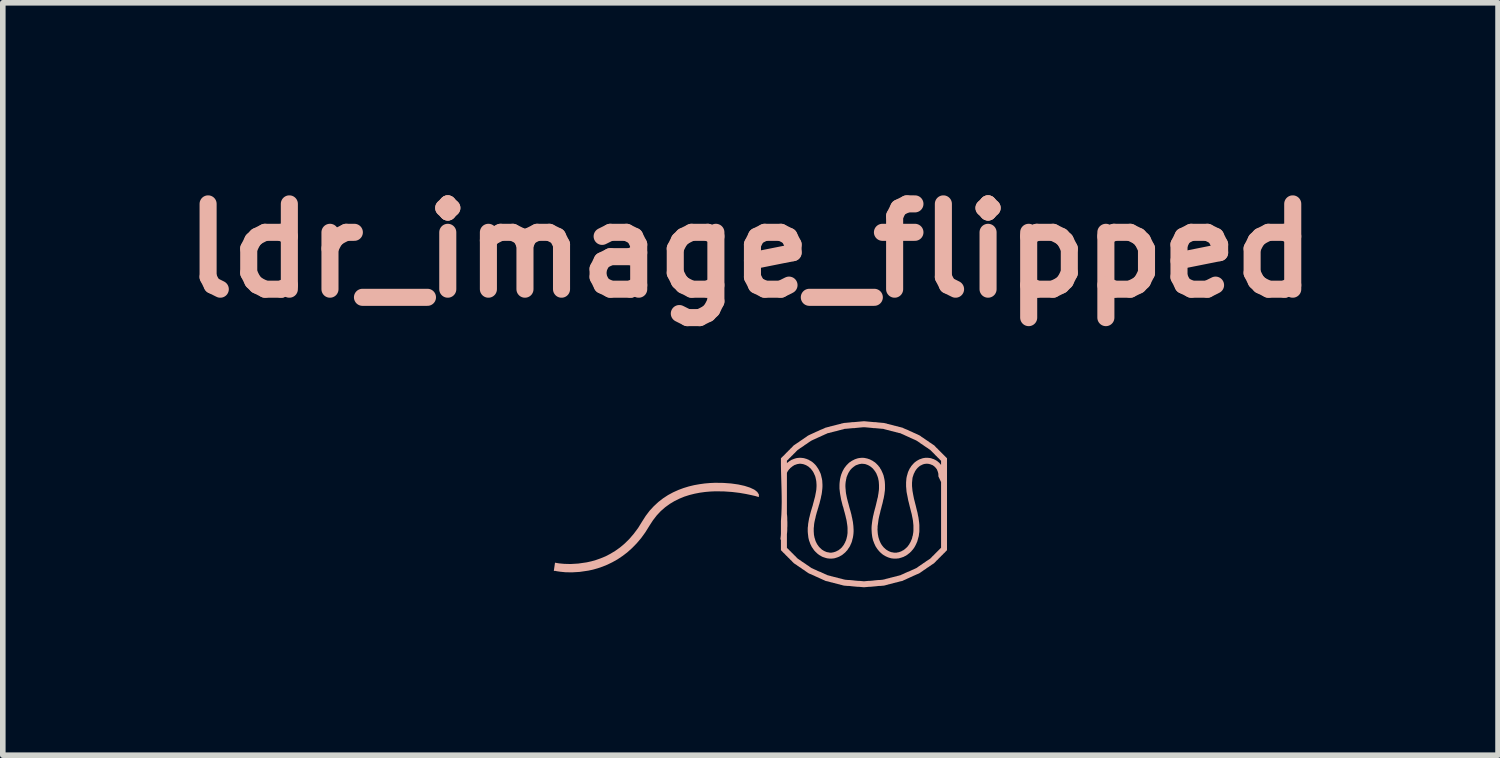
<source format=kicad_pcb>
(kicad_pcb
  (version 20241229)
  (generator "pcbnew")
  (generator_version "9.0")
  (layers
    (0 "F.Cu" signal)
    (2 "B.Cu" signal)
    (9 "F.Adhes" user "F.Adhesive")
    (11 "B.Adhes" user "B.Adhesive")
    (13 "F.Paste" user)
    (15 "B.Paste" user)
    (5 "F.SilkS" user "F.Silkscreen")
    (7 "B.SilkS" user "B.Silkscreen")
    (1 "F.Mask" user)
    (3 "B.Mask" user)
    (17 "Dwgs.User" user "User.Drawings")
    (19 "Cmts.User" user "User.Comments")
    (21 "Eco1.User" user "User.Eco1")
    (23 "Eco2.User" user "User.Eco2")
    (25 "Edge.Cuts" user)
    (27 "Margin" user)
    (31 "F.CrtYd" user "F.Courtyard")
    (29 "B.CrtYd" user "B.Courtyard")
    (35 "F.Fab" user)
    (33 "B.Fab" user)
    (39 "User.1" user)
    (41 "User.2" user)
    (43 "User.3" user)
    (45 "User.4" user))
  (footprint "ldr_image_flipped"
    (layer "F.Cu")
    (at 10.356 5.958)
    (property "Reference" "ldr_image_flipped" (at 0 -4.531 0) (layer "B.SilkS") (effects (font (size 1.524 1.524) (thickness 0.305))))
    (attr smd)
    (fp_poly (pts (xy -0.631 -0.383) (xy -0.722 -0.379) (xy -0.816 -0.371) (xy -0.91 -0.358) (xy -1.006 -0.341) (xy -1.101 -0.318) (xy -1.196 -0.289) (xy -1.29 -0.254) (xy -1.382 -0.212) (xy -1.473 -0.163) (xy -1.56 -0.106) (xy -1.644 -0.041) (xy -1.724 0.033) (xy -1.8 0.115) (xy -1.87 0.207) (xy -1.935 0.309) (xy -2.007 0.425) (xy -2.084 0.528) (xy -2.163 0.62) (xy -2.245 0.701) (xy -2.329 0.772) (xy -2.415 0.833) (xy -2.501 0.885) (xy -2.587 0.93) (xy -2.674 0.966) (xy -2.759 0.996) (xy -2.843 1.02) (xy -2.924 1.038) (xy -3.077 1.06) (xy -3.213 1.068) (xy -3.326 1.065) (xy -3.414 1.057) (xy -3.47 1.048) (xy -3.491 1.044) (xy -3.512 1.19) (xy -3.512 1.192) (xy -3.489 1.19) (xy -3.457 1.197) (xy -3.395 1.206) (xy -3.304 1.215) (xy -3.189 1.217) (xy -3.052 1.209) (xy -2.895 1.186) (xy -2.812 1.168) (xy -2.727 1.144) (xy -2.64 1.114) (xy -2.552 1.078) (xy -2.464 1.035) (xy -2.375 0.985) (xy -2.287 0.926) (xy -2.2 0.86) (xy -2.115 0.784) (xy -2.032 0.699) (xy -1.952 0.605) (xy -1.876 0.5) (xy -1.804 0.384) (xy -1.741 0.287) (xy -1.674 0.2) (xy -1.601 0.122) (xy -1.523 0.054) (xy -1.442 -0.005) (xy -1.357 -0.056) (xy -1.27 -0.099) (xy -1.18 -0.136) (xy -1.089 -0.165) (xy -0.997 -0.188) (xy -0.904 -0.206) (xy -0.81 -0.219) (xy -0.718 -0.227) (xy -0.627 -0.231) (xy -0.472 -0.229) (xy -0.327 -0.219) (xy -0.195 -0.203) (xy -0.079 -0.183) (xy 0.016 -0.163) (xy 0.089 -0.146) (xy 0.134 -0.133) (xy 0.151 -0.129) (xy 0.151 -0.175) (xy 0.122 -0.22) (xy 0.069 -0.261) (xy -0.008 -0.297) (xy -0.104 -0.328) (xy -0.217 -0.353) (xy -0.345 -0.371) (xy -0.483 -0.381) (xy -0.631 -0.383)) (stroke (width 0) (type solid)) (fill yes) (layer "B.SilkS"))
    (fp_poly (pts (xy 2.029 -1.483) (xy 2.012 -1.375) (xy 2.029 -1.375) (xy 2.045 -1.375) (xy 2.068 -1.373) (xy 2.089 -1.371) (xy 2.112 -1.369) (xy 2.133 -1.367) (xy 2.154 -1.365) (xy 2.177 -1.363) (xy 2.197 -1.36) (xy 2.22 -1.36) (xy 2.241 -1.358) (xy 2.262 -1.356) (xy 2.285 -1.354) (xy 2.306 -1.352) (xy 2.329 -1.35) (xy 2.349 -1.348) (xy 2.366 -1.348) (xy 2.383 -1.344) (xy 2.404 -1.337) (xy 2.422 -1.333) (xy 2.443 -1.327) (xy 2.464 -1.323) (xy 2.485 -1.317) (xy 2.504 -1.312) (xy 2.524 -1.306) (xy 2.545 -1.302) (xy 2.564 -1.296) (xy 2.585 -1.292) (xy 2.606 -1.285) (xy 2.627 -1.281) (xy 2.645 -1.275) (xy 2.666 -1.271) (xy 2.683 -1.267) (xy 2.695 -1.26) (xy 2.714 -1.252) (xy 2.733 -1.244) (xy 2.752 -1.235) (xy 2.768 -1.227) (xy 2.787 -1.219) (xy 2.806 -1.21) (xy 2.824 -1.202) (xy 2.843 -1.194) (xy 2.86 -1.185) (xy 2.879 -1.177) (xy 2.897 -1.169) (xy 2.916 -1.16) (xy 2.935 -1.152) (xy 2.952 -1.144) (xy 2.966 -1.137) (xy 2.979 -1.129) (xy 2.995 -1.119) (xy 3.01 -1.108) (xy 3.027 -1.098) (xy 3.041 -1.085) (xy 3.058 -1.075) (xy 3.074 -1.065) (xy 3.089 -1.054) (xy 3.106 -1.042) (xy 3.122 -1.031) (xy 3.137 -1.021) (xy 3.154 -1.01) (xy 3.17 -1) (xy 3.185 -0.988) (xy 3.202 -0.977) (xy 3.214 -0.969) (xy 3.222 -0.96) (xy 3.237 -0.946) (xy 3.249 -0.933) (xy 3.262 -0.921) (xy 3.277 -0.906) (xy 3.289 -0.894) (xy 3.302 -0.879) (xy 3.314 -0.867) (xy 3.329 -0.854) (xy 3.341 -0.84) (xy 3.354 -0.827) (xy 3.368 -0.815) (xy 3.381 -0.8) (xy 3.393 -0.787) (xy 3.406 -0.777) (xy 3.406 -0.702) (xy 3.397 -0.713) (xy 3.385 -0.727) (xy 3.374 -0.74) (xy 3.362 -0.75) (xy 3.347 -0.762) (xy 3.335 -0.773) (xy 3.32 -0.781) (xy 3.306 -0.79) (xy 3.289 -0.798) (xy 3.274 -0.806) (xy 3.258 -0.81) (xy 3.241 -0.817) (xy 3.227 -0.821) (xy 3.21 -0.825) (xy 3.191 -0.827) (xy 3.174 -0.829) (xy 3.158 -0.829) (xy 3.141 -0.829) (xy 3.122 -0.829) (xy 3.11 -0.827) (xy 3.097 -0.825) (xy 3.083 -0.823) (xy 3.07 -0.819) (xy 3.058 -0.815) (xy 3.045 -0.81) (xy 3.033 -0.806) (xy 3.02 -0.802) (xy 3.01 -0.796) (xy 2.997 -0.79) (xy 2.987 -0.783) (xy 2.974 -0.777) (xy 2.964 -0.769) (xy 2.954 -0.762) (xy 2.943 -0.754) (xy 2.933 -0.746) (xy 2.924 -0.738) (xy 2.914 -0.727) (xy 2.906 -0.719) (xy 2.897 -0.708) (xy 2.889 -0.7) (xy 2.881 -0.69) (xy 2.872 -0.679) (xy 2.866 -0.669) (xy 2.86 -0.658) (xy 2.852 -0.648) (xy 2.845 -0.637) (xy 2.839 -0.625) (xy 2.835 -0.615) (xy 2.829 -0.604) (xy 2.824 -0.592) (xy 2.818 -0.581) (xy 2.81 -0.556) (xy 2.804 -0.533) (xy 2.797 -0.51) (xy 2.791 -0.485) (xy 2.787 -0.463) (xy 2.785 -0.44) (xy 2.783 -0.415) (xy 2.781 -0.392) (xy 2.781 -0.367) (xy 2.781 -0.344) (xy 2.781 -0.319) (xy 2.783 -0.296) (xy 2.785 -0.273) (xy 2.787 -0.248) (xy 2.789 -0.225) (xy 2.793 -0.202) (xy 2.802 -0.158) (xy 2.81 -0.117) (xy 2.818 -0.073) (xy 2.829 -0.031) (xy 2.839 0.01) (xy 2.849 0.052) (xy 2.86 0.094) (xy 2.87 0.135) (xy 2.881 0.175) (xy 2.889 0.217) (xy 2.897 0.256) (xy 2.904 0.296) (xy 2.908 0.338) (xy 2.912 0.377) (xy 2.912 0.417) (xy 2.912 0.456) (xy 2.912 0.475) (xy 2.91 0.496) (xy 2.908 0.515) (xy 2.904 0.533) (xy 2.902 0.554) (xy 2.895 0.573) (xy 2.891 0.592) (xy 2.887 0.61) (xy 2.881 0.627) (xy 2.872 0.646) (xy 2.866 0.662) (xy 2.858 0.679) (xy 2.847 0.696) (xy 2.839 0.713) (xy 2.829 0.727) (xy 2.816 0.744) (xy 2.812 0.75) (xy 2.806 0.758) (xy 2.799 0.765) (xy 2.793 0.771) (xy 2.787 0.777) (xy 2.779 0.783) (xy 2.772 0.79) (xy 2.766 0.796) (xy 2.758 0.802) (xy 2.752 0.808) (xy 2.743 0.812) (xy 2.737 0.819) (xy 2.729 0.823) (xy 2.72 0.827) (xy 2.712 0.831) (xy 2.706 0.835) (xy 2.697 0.84) (xy 2.689 0.844) (xy 2.681 0.846) (xy 2.672 0.85) (xy 2.664 0.852) (xy 2.656 0.856) (xy 2.645 0.858) (xy 2.637 0.86) (xy 2.629 0.86) (xy 2.62 0.863) (xy 2.612 0.865) (xy 2.602 0.865) (xy 2.593 0.865) (xy 2.585 0.865) (xy 2.577 0.865) (xy 2.568 0.865) (xy 2.554 0.863) (xy 2.541 0.86) (xy 2.529 0.858) (xy 2.516 0.856) (xy 2.504 0.852) (xy 2.491 0.846) (xy 2.479 0.842) (xy 2.466 0.835) (xy 2.454 0.829) (xy 2.443 0.821) (xy 2.431 0.815) (xy 2.42 0.806) (xy 2.41 0.798) (xy 2.399 0.787) (xy 2.389 0.779) (xy 2.379 0.769) (xy 2.37 0.758) (xy 2.362 0.748) (xy 2.354 0.738) (xy 2.345 0.725) (xy 2.337 0.713) (xy 2.331 0.702) (xy 2.324 0.69) (xy 2.318 0.675) (xy 2.312 0.662) (xy 2.306 0.65) (xy 2.302 0.635) (xy 2.297 0.623) (xy 2.293 0.608) (xy 2.289 0.596) (xy 2.285 0.581) (xy 2.283 0.567) (xy 2.277 0.537) (xy 2.274 0.508) (xy 2.272 0.479) (xy 2.27 0.45) (xy 2.272 0.421) (xy 2.272 0.392) (xy 2.277 0.36) (xy 2.281 0.331) (xy 2.285 0.3) (xy 2.289 0.269) (xy 2.295 0.24) (xy 2.302 0.208) (xy 2.31 0.177) (xy 2.318 0.146) (xy 2.324 0.115) (xy 2.333 0.085) (xy 2.341 0.054) (xy 2.349 0.021) (xy 2.358 -0.01) (xy 2.366 -0.044) (xy 2.372 -0.075) (xy 2.381 -0.108) (xy 2.387 -0.142) (xy 2.393 -0.175) (xy 2.397 -0.208) (xy 2.402 -0.244) (xy 2.404 -0.277) (xy 2.404 -0.31) (xy 2.404 -0.346) (xy 2.402 -0.381) (xy 2.399 -0.415) (xy 2.393 -0.45) (xy 2.389 -0.467) (xy 2.385 -0.485) (xy 2.381 -0.502) (xy 2.377 -0.519) (xy 2.37 -0.535) (xy 2.364 -0.552) (xy 2.356 -0.569) (xy 2.349 -0.585) (xy 2.341 -0.602) (xy 2.333 -0.619) (xy 2.322 -0.633) (xy 2.314 -0.65) (xy 2.304 -0.665) (xy 2.291 -0.679) (xy 2.281 -0.694) (xy 2.268 -0.706) (xy 2.254 -0.721) (xy 2.241 -0.733) (xy 2.227 -0.746) (xy 2.212 -0.756) (xy 2.195 -0.767) (xy 2.181 -0.777) (xy 2.164 -0.785) (xy 2.147 -0.794) (xy 2.131 -0.802) (xy 2.112 -0.808) (xy 2.093 -0.815) (xy 2.077 -0.819) (xy 2.058 -0.823) (xy 2.039 -0.827) (xy 2.018 -0.829) (xy 1.999 -0.829) (xy 1.981 -0.829) (xy 1.962 -0.827) (xy 1.941 -0.825) (xy 1.922 -0.821) (xy 1.906 -0.817) (xy 1.887 -0.81) (xy 1.868 -0.804) (xy 1.852 -0.796) (xy 1.835 -0.787) (xy 1.818 -0.779) (xy 1.802 -0.769) (xy 1.787 -0.758) (xy 1.77 -0.748) (xy 1.756 -0.735) (xy 1.743 -0.723) (xy 1.729 -0.708) (xy 1.716 -0.696) (xy 1.706 -0.681) (xy 1.693 -0.667) (xy 1.683 -0.652) (xy 1.672 -0.637) (xy 1.664 -0.621) (xy 1.654 -0.604) (xy 1.647 -0.59) (xy 1.639 -0.573) (xy 1.633 -0.556) (xy 1.624 -0.537) (xy 1.62 -0.521) (xy 1.614 -0.504) (xy 1.61 -0.487) (xy 1.606 -0.469) (xy 1.602 -0.452) (xy 1.597 -0.417) (xy 1.593 -0.381) (xy 1.591 -0.346) (xy 1.591 -0.312) (xy 1.591 -0.277) (xy 1.595 -0.244) (xy 1.599 -0.208) (xy 1.604 -0.175) (xy 1.61 -0.142) (xy 1.616 -0.108) (xy 1.622 -0.075) (xy 1.631 -0.042) (xy 1.639 -0.01) (xy 1.647 0.023) (xy 1.658 0.054) (xy 1.666 0.085) (xy 1.674 0.117) (xy 1.683 0.148) (xy 1.691 0.179) (xy 1.699 0.21) (xy 1.706 0.242) (xy 1.714 0.273) (xy 1.72 0.304) (xy 1.724 0.333) (xy 1.729 0.365) (xy 1.733 0.396) (xy 1.735 0.425) (xy 1.735 0.454) (xy 1.735 0.485) (xy 1.735 0.515) (xy 1.731 0.544) (xy 1.727 0.573) (xy 1.722 0.588) (xy 1.72 0.602) (xy 1.716 0.615) (xy 1.712 0.629) (xy 1.708 0.644) (xy 1.702 0.656) (xy 1.695 0.671) (xy 1.691 0.683) (xy 1.683 0.696) (xy 1.677 0.708) (xy 1.67 0.721) (xy 1.662 0.733) (xy 1.654 0.744) (xy 1.645 0.754) (xy 1.637 0.767) (xy 1.627 0.777) (xy 1.616 0.785) (xy 1.608 0.796) (xy 1.595 0.804) (xy 1.585 0.812) (xy 1.574 0.821) (xy 1.562 0.827) (xy 1.549 0.833) (xy 1.537 0.84) (xy 1.524 0.846) (xy 1.512 0.85) (xy 1.499 0.854) (xy 1.487 0.858) (xy 1.474 0.86) (xy 1.46 0.863) (xy 1.447 0.865) (xy 1.435 0.865) (xy 1.422 0.865) (xy 1.408 0.863) (xy 1.395 0.86) (xy 1.383 0.858) (xy 1.368 0.856) (xy 1.356 0.852) (xy 1.343 0.846) (xy 1.331 0.842) (xy 1.318 0.835) (xy 1.306 0.829) (xy 1.295 0.821) (xy 1.283 0.815) (xy 1.272 0.806) (xy 1.262 0.796) (xy 1.252 0.787) (xy 1.241 0.777) (xy 1.231 0.767) (xy 1.222 0.756) (xy 1.214 0.746) (xy 1.206 0.733) (xy 1.197 0.723) (xy 1.191 0.71) (xy 1.183 0.698) (xy 1.177 0.685) (xy 1.17 0.671) (xy 1.164 0.658) (xy 1.16 0.646) (xy 1.156 0.631) (xy 1.152 0.617) (xy 1.147 0.602) (xy 1.143 0.588) (xy 1.141 0.575) (xy 1.135 0.546) (xy 1.133 0.515) (xy 1.131 0.485) (xy 1.131 0.456) (xy 1.131 0.427) (xy 1.135 0.396) (xy 1.137 0.365) (xy 1.141 0.335) (xy 1.147 0.304) (xy 1.154 0.273) (xy 1.162 0.242) (xy 1.168 0.21) (xy 1.177 0.179) (xy 1.185 0.148) (xy 1.195 0.117) (xy 1.204 0.085) (xy 1.214 0.054) (xy 1.222 0.023) (xy 1.233 -0.01) (xy 1.241 -0.044) (xy 1.249 -0.075) (xy 1.258 -0.11) (xy 1.264 -0.144) (xy 1.272 -0.177) (xy 1.277 -0.21) (xy 1.281 -0.246) (xy 1.285 -0.281) (xy 1.287 -0.315) (xy 1.287 -0.35) (xy 1.285 -0.385) (xy 1.283 -0.421) (xy 1.277 -0.456) (xy 1.272 -0.475) (xy 1.268 -0.492) (xy 1.264 -0.51) (xy 1.26 -0.527) (xy 1.254 -0.546) (xy 1.247 -0.562) (xy 1.239 -0.579) (xy 1.231 -0.596) (xy 1.222 -0.613) (xy 1.214 -0.629) (xy 1.204 -0.644) (xy 1.193 -0.66) (xy 1.183 -0.675) (xy 1.172 -0.69) (xy 1.16 -0.704) (xy 1.145 -0.719) (xy 1.133 -0.731) (xy 1.118 -0.744) (xy 1.104 -0.756) (xy 1.087 -0.767) (xy 1.07 -0.777) (xy 1.054 -0.785) (xy 1.037 -0.796) (xy 1.02 -0.802) (xy 1.002 -0.81) (xy 0.983 -0.815) (xy 0.964 -0.821) (xy 0.945 -0.825) (xy 0.927 -0.827) (xy 0.906 -0.829) (xy 0.887 -0.829) (xy 0.866 -0.829) (xy 0.847 -0.827) (xy 0.829 -0.825) (xy 0.812 -0.821) (xy 0.793 -0.815) (xy 0.777 -0.81) (xy 0.758 -0.802) (xy 0.741 -0.796) (xy 0.724 -0.787) (xy 0.71 -0.777) (xy 0.693 -0.767) (xy 0.679 -0.756) (xy 0.664 -0.746) (xy 0.652 -0.733) (xy 0.652 -0.777) (xy 0.662 -0.787) (xy 0.677 -0.8) (xy 0.689 -0.815) (xy 0.702 -0.827) (xy 0.716 -0.84) (xy 0.729 -0.854) (xy 0.741 -0.867) (xy 0.756 -0.879) (xy 0.768 -0.894) (xy 0.781 -0.906) (xy 0.795 -0.919) (xy 0.808 -0.933) (xy 0.82 -0.946) (xy 0.835 -0.96) (xy 0.843 -0.969) (xy 0.856 -0.977) (xy 0.872 -0.988) (xy 0.887 -1) (xy 0.904 -1.01) (xy 0.92 -1.021) (xy 0.935 -1.031) (xy 0.952 -1.042) (xy 0.966 -1.054) (xy 0.983 -1.065) (xy 0.999 -1.075) (xy 1.014 -1.085) (xy 1.031 -1.098) (xy 1.047 -1.108) (xy 1.062 -1.119) (xy 1.079 -1.129) (xy 1.091 -1.137) (xy 1.106 -1.144) (xy 1.122 -1.152) (xy 1.141 -1.16) (xy 1.16 -1.169) (xy 1.179 -1.177) (xy 1.195 -1.185) (xy 1.214 -1.194) (xy 1.233 -1.202) (xy 1.252 -1.21) (xy 1.27 -1.219) (xy 1.287 -1.227) (xy 1.306 -1.235) (xy 1.324 -1.244) (xy 1.343 -1.252) (xy 1.362 -1.26) (xy 1.374 -1.267) (xy 1.391 -1.271) (xy 1.412 -1.275) (xy 1.431 -1.281) (xy 1.452 -1.285) (xy 1.472 -1.292) (xy 1.491 -1.296) (xy 1.512 -1.302) (xy 1.533 -1.306) (xy 1.554 -1.312) (xy 1.572 -1.317) (xy 1.593 -1.323) (xy 1.614 -1.327) (xy 1.633 -1.333) (xy 1.654 -1.337) (xy 1.674 -1.344) (xy 1.689 -1.348) (xy 1.708 -1.348) (xy 1.729 -1.35) (xy 1.752 -1.352) (xy 1.772 -1.354) (xy 1.793 -1.356) (xy 1.816 -1.358) (xy 1.837 -1.36) (xy 1.86 -1.36) (xy 1.881 -1.363) (xy 1.904 -1.365) (xy 1.924 -1.367) (xy 1.945 -1.369) (xy 1.968 -1.371) (xy 1.989 -1.373) (xy 2.012 -1.375) (xy 2.029 -1.483) (xy 2.002 -1.481) (xy 1.981 -1.479) (xy 1.96 -1.477) (xy 1.937 -1.475) (xy 1.916 -1.473) (xy 1.893 -1.471) (xy 1.872 -1.469) (xy 1.849 -1.467) (xy 1.829 -1.467) (xy 1.808 -1.465) (xy 1.785 -1.462) (xy 1.764 -1.46) (xy 1.741 -1.458) (xy 1.72 -1.456) (xy 1.697 -1.454) (xy 1.672 -1.452) (xy 1.647 -1.446) (xy 1.627 -1.442) (xy 1.608 -1.435) (xy 1.587 -1.431) (xy 1.566 -1.425) (xy 1.547 -1.421) (xy 1.527 -1.415) (xy 1.506 -1.41) (xy 1.485 -1.404) (xy 1.466 -1.4) (xy 1.445 -1.394) (xy 1.424 -1.39) (xy 1.406 -1.383) (xy 1.385 -1.379) (xy 1.364 -1.373) (xy 1.339 -1.367) (xy 1.318 -1.356) (xy 1.299 -1.348) (xy 1.281 -1.34) (xy 1.262 -1.333) (xy 1.243 -1.325) (xy 1.227 -1.317) (xy 1.208 -1.308) (xy 1.189 -1.3) (xy 1.17 -1.292) (xy 1.152 -1.283) (xy 1.135 -1.275) (xy 1.116 -1.267) (xy 1.097 -1.258) (xy 1.079 -1.25) (xy 1.062 -1.242) (xy 1.039 -1.231) (xy 1.018 -1.219) (xy 1.002 -1.206) (xy 0.987 -1.196) (xy 0.97 -1.185) (xy 0.956 -1.175) (xy 0.939 -1.163) (xy 0.922 -1.152) (xy 0.908 -1.142) (xy 0.891 -1.131) (xy 0.874 -1.119) (xy 0.86 -1.108) (xy 0.843 -1.098) (xy 0.827 -1.087) (xy 0.812 -1.077) (xy 0.795 -1.065) (xy 0.774 -1.052) (xy 0.758 -1.035) (xy 0.745 -1.021) (xy 0.733 -1.008) (xy 0.718 -0.996) (xy 0.706 -0.981) (xy 0.693 -0.969) (xy 0.679 -0.956) (xy 0.666 -0.942) (xy 0.654 -0.929) (xy 0.639 -0.917) (xy 0.652 0.777) (xy 0.652 0.7) (xy 0.652 0.6) (xy 0.652 0.533) (xy 0.656 0.498) (xy 0.658 0.463) (xy 0.658 0.425) (xy 0.66 0.39) (xy 0.66 0.354) (xy 0.66 0.317) (xy 0.658 0.281) (xy 0.658 0.244) (xy 0.656 0.208) (xy 0.652 0.173) (xy 0.652 0.1) (xy 0.652 0) (xy 0.652 -0.1) (xy 0.652 -0.2) (xy 0.652 -0.3) (xy 0.652 -0.4) (xy 0.652 -0.5) (xy 0.652 -0.56) (xy 0.656 -0.569) (xy 0.662 -0.581) (xy 0.67 -0.594) (xy 0.677 -0.604) (xy 0.685 -0.615) (xy 0.693 -0.625) (xy 0.704 -0.635) (xy 0.712 -0.646) (xy 0.722 -0.654) (xy 0.733 -0.662) (xy 0.743 -0.671) (xy 0.754 -0.679) (xy 0.764 -0.685) (xy 0.777 -0.694) (xy 0.787 -0.7) (xy 0.799 -0.704) (xy 0.812 -0.708) (xy 0.824 -0.713) (xy 0.837 -0.717) (xy 0.849 -0.719) (xy 0.862 -0.721) (xy 0.874 -0.723) (xy 0.887 -0.723) (xy 0.899 -0.723) (xy 0.914 -0.721) (xy 0.927 -0.719) (xy 0.939 -0.717) (xy 0.954 -0.713) (xy 0.966 -0.708) (xy 0.979 -0.704) (xy 0.991 -0.698) (xy 1.004 -0.692) (xy 1.016 -0.685) (xy 1.027 -0.677) (xy 1.039 -0.671) (xy 1.049 -0.66) (xy 1.06 -0.652) (xy 1.07 -0.642) (xy 1.081 -0.633) (xy 1.089 -0.621) (xy 1.097 -0.61) (xy 1.106 -0.6) (xy 1.114 -0.588) (xy 1.122 -0.575) (xy 1.129 -0.562) (xy 1.135 -0.55) (xy 1.141 -0.535) (xy 1.147 -0.523) (xy 1.154 -0.508) (xy 1.158 -0.496) (xy 1.162 -0.481) (xy 1.166 -0.467) (xy 1.168 -0.452) (xy 1.172 -0.438) (xy 1.177 -0.408) (xy 1.179 -0.379) (xy 1.181 -0.348) (xy 1.181 -0.319) (xy 1.179 -0.287) (xy 1.177 -0.258) (xy 1.172 -0.227) (xy 1.166 -0.196) (xy 1.16 -0.165) (xy 1.154 -0.133) (xy 1.145 -0.102) (xy 1.137 -0.071) (xy 1.129 -0.04) (xy 1.12 -0.008) (xy 1.112 0.025) (xy 1.102 0.056) (xy 1.093 0.087) (xy 1.083 0.119) (xy 1.074 0.152) (xy 1.066 0.183) (xy 1.058 0.217) (xy 1.049 0.25) (xy 1.043 0.283) (xy 1.037 0.317) (xy 1.031 0.352) (xy 1.029 0.385) (xy 1.024 0.421) (xy 1.024 0.454) (xy 1.024 0.49) (xy 1.027 0.525) (xy 1.031 0.558) (xy 1.035 0.594) (xy 1.039 0.613) (xy 1.043 0.629) (xy 1.047 0.646) (xy 1.054 0.665) (xy 1.06 0.681) (xy 1.066 0.698) (xy 1.072 0.715) (xy 1.081 0.731) (xy 1.089 0.748) (xy 1.097 0.765) (xy 1.108 0.779) (xy 1.118 0.794) (xy 1.129 0.81) (xy 1.139 0.825) (xy 1.152 0.838) (xy 1.164 0.852) (xy 1.179 0.865) (xy 1.191 0.877) (xy 1.206 0.89) (xy 1.22 0.9) (xy 1.237 0.912) (xy 1.254 0.921) (xy 1.27 0.931) (xy 1.287 0.94) (xy 1.304 0.946) (xy 1.322 0.952) (xy 1.341 0.958) (xy 1.358 0.963) (xy 1.377 0.967) (xy 1.397 0.969) (xy 1.416 0.971) (xy 1.435 0.971) (xy 1.454 0.971) (xy 1.474 0.969) (xy 1.493 0.967) (xy 1.512 0.963) (xy 1.531 0.956) (xy 1.547 0.952) (xy 1.566 0.944) (xy 1.583 0.938) (xy 1.599 0.929) (xy 1.616 0.919) (xy 1.633 0.91) (xy 1.647 0.9) (xy 1.662 0.887) (xy 1.677 0.875) (xy 1.691 0.863) (xy 1.704 0.85) (xy 1.716 0.835) (xy 1.729 0.823) (xy 1.739 0.808) (xy 1.749 0.792) (xy 1.76 0.777) (xy 1.77 0.762) (xy 1.779 0.746) (xy 1.787 0.729) (xy 1.793 0.713) (xy 1.802 0.696) (xy 1.808 0.679) (xy 1.814 0.662) (xy 1.818 0.646) (xy 1.822 0.627) (xy 1.827 0.61) (xy 1.831 0.594) (xy 1.837 0.558) (xy 1.841 0.523) (xy 1.843 0.487) (xy 1.843 0.454) (xy 1.841 0.419) (xy 1.839 0.385) (xy 1.835 0.352) (xy 1.831 0.317) (xy 1.824 0.283) (xy 1.818 0.25) (xy 1.81 0.217) (xy 1.804 0.185) (xy 1.795 0.152) (xy 1.787 0.121) (xy 1.777 0.087) (xy 1.768 0.056) (xy 1.76 0.025) (xy 1.752 -0.006) (xy 1.743 -0.037) (xy 1.735 -0.069) (xy 1.727 -0.1) (xy 1.72 -0.131) (xy 1.714 -0.163) (xy 1.708 -0.192) (xy 1.704 -0.223) (xy 1.702 -0.254) (xy 1.699 -0.283) (xy 1.697 -0.315) (xy 1.697 -0.344) (xy 1.699 -0.373) (xy 1.702 -0.402) (xy 1.708 -0.431) (xy 1.71 -0.446) (xy 1.714 -0.46) (xy 1.716 -0.475) (xy 1.72 -0.49) (xy 1.727 -0.502) (xy 1.731 -0.517) (xy 1.737 -0.529) (xy 1.743 -0.542) (xy 1.749 -0.556) (xy 1.756 -0.569) (xy 1.764 -0.579) (xy 1.77 -0.592) (xy 1.779 -0.604) (xy 1.787 -0.615) (xy 1.797 -0.625) (xy 1.806 -0.635) (xy 1.816 -0.646) (xy 1.827 -0.654) (xy 1.837 -0.662) (xy 1.847 -0.671) (xy 1.86 -0.679) (xy 1.87 -0.688) (xy 1.883 -0.694) (xy 1.895 -0.7) (xy 1.908 -0.704) (xy 1.92 -0.708) (xy 1.933 -0.713) (xy 1.947 -0.717) (xy 1.96 -0.719) (xy 1.972 -0.721) (xy 1.985 -0.723) (xy 1.999 -0.723) (xy 2.012 -0.721) (xy 2.024 -0.721) (xy 2.039 -0.719) (xy 2.052 -0.717) (xy 2.064 -0.713) (xy 2.077 -0.708) (xy 2.089 -0.704) (xy 2.102 -0.698) (xy 2.114 -0.692) (xy 2.127 -0.685) (xy 2.137 -0.677) (xy 2.149 -0.671) (xy 2.16 -0.662) (xy 2.17 -0.652) (xy 2.181 -0.644) (xy 2.191 -0.633) (xy 2.199 -0.623) (xy 2.208 -0.613) (xy 2.216 -0.602) (xy 2.224 -0.59) (xy 2.233 -0.579) (xy 2.239 -0.567) (xy 2.247 -0.554) (xy 2.254 -0.542) (xy 2.258 -0.527) (xy 2.264 -0.515) (xy 2.27 -0.5) (xy 2.274 -0.487) (xy 2.279 -0.473) (xy 2.283 -0.458) (xy 2.285 -0.444) (xy 2.289 -0.429) (xy 2.293 -0.402) (xy 2.295 -0.373) (xy 2.297 -0.342) (xy 2.297 -0.312) (xy 2.297 -0.283) (xy 2.295 -0.252) (xy 2.291 -0.223) (xy 2.287 -0.192) (xy 2.281 -0.16) (xy 2.277 -0.129) (xy 2.268 -0.098) (xy 2.262 -0.069) (xy 2.254 -0.037) (xy 2.247 -0.006) (xy 2.239 0.027) (xy 2.231 0.058) (xy 2.222 0.09) (xy 2.214 0.121) (xy 2.206 0.152) (xy 2.199 0.185) (xy 2.191 0.217) (xy 2.185 0.25) (xy 2.179 0.283) (xy 2.174 0.317) (xy 2.17 0.35) (xy 2.166 0.383) (xy 2.164 0.417) (xy 2.164 0.45) (xy 2.166 0.485) (xy 2.168 0.519) (xy 2.172 0.552) (xy 2.177 0.588) (xy 2.181 0.604) (xy 2.185 0.621) (xy 2.189 0.64) (xy 2.195 0.656) (xy 2.202 0.673) (xy 2.208 0.69) (xy 2.214 0.706) (xy 2.222 0.721) (xy 2.229 0.738) (xy 2.237 0.754) (xy 2.247 0.769) (xy 2.256 0.783) (xy 2.266 0.798) (xy 2.277 0.812) (xy 2.289 0.827) (xy 2.302 0.842) (xy 2.314 0.854) (xy 2.327 0.867) (xy 2.341 0.879) (xy 2.356 0.892) (xy 2.37 0.902) (xy 2.385 0.912) (xy 2.402 0.921) (xy 2.418 0.931) (xy 2.435 0.938) (xy 2.452 0.946) (xy 2.468 0.952) (xy 2.487 0.958) (xy 2.504 0.963) (xy 2.522 0.967) (xy 2.541 0.969) (xy 2.56 0.971) (xy 2.572 0.971) (xy 2.585 0.971) (xy 2.597 0.971) (xy 2.61 0.971) (xy 2.622 0.969) (xy 2.635 0.969) (xy 2.647 0.967) (xy 2.66 0.965) (xy 2.672 0.96) (xy 2.683 0.958) (xy 2.695 0.954) (xy 2.708 0.95) (xy 2.718 0.946) (xy 2.731 0.942) (xy 2.741 0.938) (xy 2.752 0.931) (xy 2.764 0.925) (xy 2.774 0.921) (xy 2.785 0.915) (xy 2.795 0.906) (xy 2.806 0.9) (xy 2.814 0.894) (xy 2.824 0.885) (xy 2.835 0.877) (xy 2.843 0.871) (xy 2.852 0.863) (xy 2.86 0.854) (xy 2.87 0.846) (xy 2.879 0.835) (xy 2.885 0.827) (xy 2.893 0.819) (xy 2.902 0.808) (xy 2.916 0.79) (xy 2.929 0.771) (xy 2.941 0.75) (xy 2.952 0.729) (xy 2.962 0.708) (xy 2.972 0.685) (xy 2.981 0.665) (xy 2.987 0.642) (xy 2.993 0.621) (xy 2.999 0.598) (xy 3.006 0.575) (xy 3.01 0.552) (xy 3.012 0.529) (xy 3.016 0.506) (xy 3.018 0.483) (xy 3.018 0.46) (xy 3.018 0.415) (xy 3.018 0.371) (xy 3.014 0.325) (xy 3.008 0.281) (xy 3.002 0.237) (xy 2.993 0.196) (xy 2.985 0.152) (xy 2.974 0.11) (xy 2.964 0.069) (xy 2.954 0.027) (xy 2.943 -0.015) (xy 2.933 -0.056) (xy 2.922 -0.098) (xy 2.914 -0.138) (xy 2.906 -0.179) (xy 2.899 -0.219) (xy 2.895 -0.24) (xy 2.893 -0.263) (xy 2.891 -0.283) (xy 2.889 -0.304) (xy 2.887 -0.325) (xy 2.887 -0.346) (xy 2.887 -0.367) (xy 2.887 -0.385) (xy 2.889 -0.406) (xy 2.891 -0.427) (xy 2.893 -0.446) (xy 2.895 -0.467) (xy 2.899 -0.485) (xy 2.906 -0.504) (xy 2.912 -0.523) (xy 2.918 -0.542) (xy 2.922 -0.55) (xy 2.927 -0.558) (xy 2.931 -0.567) (xy 2.935 -0.575) (xy 2.939 -0.585) (xy 2.943 -0.592) (xy 2.943 -0.594) (xy 2.949 -0.6) (xy 2.954 -0.608) (xy 2.96 -0.617) (xy 2.966 -0.625) (xy 2.97 -0.631) (xy 2.977 -0.637) (xy 2.983 -0.646) (xy 2.989 -0.652) (xy 2.997 -0.658) (xy 3.004 -0.665) (xy 3.01 -0.671) (xy 3.018 -0.677) (xy 3.024 -0.681) (xy 3.033 -0.688) (xy 3.041 -0.692) (xy 3.049 -0.696) (xy 3.058 -0.7) (xy 3.064 -0.704) (xy 3.072 -0.708) (xy 3.081 -0.71) (xy 3.091 -0.715) (xy 3.099 -0.717) (xy 3.108 -0.719) (xy 3.116 -0.721) (xy 3.124 -0.721) (xy 3.133 -0.723) (xy 3.145 -0.723) (xy 3.156 -0.723) (xy 3.166 -0.723) (xy 3.179 -0.721) (xy 3.189 -0.721) (xy 3.199 -0.717) (xy 3.212 -0.715) (xy 3.222 -0.71) (xy 3.233 -0.706) (xy 3.243 -0.702) (xy 3.254 -0.698) (xy 3.264 -0.692) (xy 3.272 -0.685) (xy 3.281 -0.679) (xy 3.291 -0.671) (xy 3.297 -0.662) (xy 3.306 -0.656) (xy 3.314 -0.646) (xy 3.32 -0.637) (xy 3.327 -0.629) (xy 3.333 -0.619) (xy 3.337 -0.608) (xy 3.341 -0.598) (xy 3.345 -0.588) (xy 3.349 -0.577) (xy 3.352 -0.565) (xy 3.356 -0.554) (xy 3.356 -0.544) (xy 3.358 -0.531) (xy 3.358 -0.521) (xy 3.358 -0.51) (xy 3.358 -0.498) (xy 3.404 -0.399) (xy 3.406 -0.4) (xy 3.406 -0.3) (xy 3.406 -0.2) (xy 3.406 -0.1) (xy 3.406 0) (xy 3.406 0.1) (xy 3.406 0.2) (xy 3.406 0.3) (xy 3.406 0.4) (xy 3.406 0.5) (xy 3.406 0.6) (xy 3.406 0.7) (xy 3.406 0.777) (xy 3.393 0.79) (xy 3.381 0.802) (xy 3.368 0.815) (xy 3.354 0.829) (xy 3.341 0.842) (xy 3.329 0.854) (xy 3.314 0.869) (xy 3.302 0.881) (xy 3.289 0.894) (xy 3.277 0.908) (xy 3.262 0.921) (xy 3.249 0.933) (xy 3.237 0.948) (xy 3.222 0.96) (xy 3.214 0.971) (xy 3.202 0.979) (xy 3.185 0.99) (xy 3.17 1) (xy 3.154 1.01) (xy 3.137 1.021) (xy 3.122 1.033) (xy 3.106 1.044) (xy 3.089 1.054) (xy 3.074 1.065) (xy 3.058 1.077) (xy 3.041 1.087) (xy 3.027 1.098) (xy 3.01 1.108) (xy 2.993 1.121) (xy 2.979 1.131) (xy 2.966 1.14) (xy 2.952 1.146) (xy 2.935 1.154) (xy 2.916 1.163) (xy 2.897 1.171) (xy 2.879 1.179) (xy 2.86 1.188) (xy 2.843 1.196) (xy 2.824 1.204) (xy 2.806 1.21) (xy 2.787 1.219) (xy 2.768 1.227) (xy 2.752 1.235) (xy 2.733 1.244) (xy 2.714 1.252) (xy 2.695 1.26) (xy 2.683 1.267) (xy 2.666 1.271) (xy 2.645 1.277) (xy 2.627 1.281) (xy 2.606 1.288) (xy 2.585 1.292) (xy 2.564 1.298) (xy 2.545 1.302) (xy 2.524 1.308) (xy 2.504 1.312) (xy 2.485 1.319) (xy 2.464 1.323) (xy 2.443 1.329) (xy 2.422 1.333) (xy 2.404 1.34) (xy 2.383 1.344) (xy 2.366 1.348) (xy 2.349 1.35) (xy 2.329 1.352) (xy 2.306 1.354) (xy 2.285 1.354) (xy 2.262 1.356) (xy 2.241 1.358) (xy 2.22 1.36) (xy 2.197 1.363) (xy 2.177 1.365) (xy 2.154 1.367) (xy 2.133 1.369) (xy 2.11 1.369) (xy 2.089 1.371) (xy 2.068 1.373) (xy 2.045 1.375) (xy 2.029 1.377) (xy 2.012 1.375) (xy 1.989 1.373) (xy 1.968 1.371) (xy 1.945 1.369) (xy 1.924 1.369) (xy 1.904 1.367) (xy 1.881 1.365) (xy 1.86 1.363) (xy 1.837 1.36) (xy 1.816 1.358) (xy 1.793 1.356) (xy 1.772 1.354) (xy 1.752 1.354) (xy 1.729 1.352) (xy 1.708 1.35) (xy 1.689 1.348) (xy 1.674 1.344) (xy 1.654 1.34) (xy 1.633 1.333) (xy 1.614 1.329) (xy 1.593 1.323) (xy 1.572 1.319) (xy 1.554 1.312) (xy 1.533 1.308) (xy 1.512 1.302) (xy 1.491 1.298) (xy 1.472 1.292) (xy 1.452 1.288) (xy 1.431 1.281) (xy 1.412 1.277) (xy 1.391 1.271) (xy 1.374 1.267) (xy 1.362 1.26) (xy 1.343 1.252) (xy 1.324 1.244) (xy 1.306 1.235) (xy 1.287 1.227) (xy 1.27 1.219) (xy 1.252 1.21) (xy 1.233 1.204) (xy 1.214 1.196) (xy 1.195 1.188) (xy 1.179 1.179) (xy 1.16 1.171) (xy 1.141 1.163) (xy 1.122 1.154) (xy 1.106 1.146) (xy 1.091 1.14) (xy 1.079 1.131) (xy 1.062 1.121) (xy 1.047 1.108) (xy 1.031 1.098) (xy 1.014 1.087) (xy 0.999 1.077) (xy 0.983 1.065) (xy 0.966 1.054) (xy 0.952 1.044) (xy 0.935 1.033) (xy 0.918 1.023) (xy 0.904 1.01) (xy 0.887 1) (xy 0.872 0.99) (xy 0.856 0.979) (xy 0.843 0.971) (xy 0.835 0.96) (xy 0.82 0.948) (xy 0.808 0.933) (xy 0.795 0.921) (xy 0.781 0.908) (xy 0.768 0.894) (xy 0.756 0.881) (xy 0.741 0.869) (xy 0.729 0.854) (xy 0.716 0.842) (xy 0.702 0.829) (xy 0.689 0.815) (xy 0.677 0.802) (xy 0.662 0.79) (xy 0.652 0.777) (xy 0.639 -0.917) (xy 0.627 -0.902) (xy 0.614 -0.89) (xy 0.602 -0.875) (xy 0.587 -0.863) (xy 0.574 -0.85) (xy 0.545 -0.821) (xy 0.545 -0.698) (xy 0.547 -0.588) (xy 0.55 -0.479) (xy 0.553 -0.369) (xy 0.556 -0.26) (xy 0.558 -0.149) (xy 0.559 -0.039) (xy 0.557 0.073) (xy 0.553 0.186) (xy 0.545 0.3) (xy 0.545 0.4) (xy 0.545 0.5) (xy 0.545 0.525) (xy 0.543 0.56) (xy 0.539 0.594) (xy 0.535 0.629) (xy 0.545 0.631) (xy 0.545 0.7) (xy 0.545 0.821) (xy 0.574 0.85) (xy 0.587 0.865) (xy 0.602 0.877) (xy 0.614 0.89) (xy 0.627 0.904) (xy 0.639 0.917) (xy 0.654 0.929) (xy 0.666 0.944) (xy 0.679 0.956) (xy 0.693 0.969) (xy 0.706 0.983) (xy 0.718 0.996) (xy 0.733 1.008) (xy 0.745 1.023) (xy 0.758 1.035) (xy 0.774 1.052) (xy 0.795 1.067) (xy 0.812 1.077) (xy 0.827 1.087) (xy 0.843 1.1) (xy 0.86 1.11) (xy 0.874 1.121) (xy 0.891 1.131) (xy 0.908 1.142) (xy 0.922 1.154) (xy 0.939 1.165) (xy 0.956 1.175) (xy 0.97 1.185) (xy 0.987 1.198) (xy 1.002 1.208) (xy 1.018 1.219) (xy 1.039 1.233) (xy 1.062 1.244) (xy 1.079 1.25) (xy 1.097 1.258) (xy 1.116 1.267) (xy 1.135 1.275) (xy 1.152 1.283) (xy 1.17 1.292) (xy 1.189 1.3) (xy 1.208 1.308) (xy 1.227 1.317) (xy 1.243 1.325) (xy 1.262 1.333) (xy 1.281 1.342) (xy 1.299 1.35) (xy 1.318 1.358) (xy 1.339 1.369) (xy 1.364 1.375) (xy 1.385 1.379) (xy 1.406 1.385) (xy 1.424 1.39) (xy 1.445 1.396) (xy 1.466 1.4) (xy 1.485 1.406) (xy 1.506 1.41) (xy 1.527 1.417) (xy 1.547 1.421) (xy 1.566 1.427) (xy 1.587 1.431) (xy 1.608 1.438) (xy 1.627 1.442) (xy 1.647 1.448) (xy 1.672 1.454) (xy 1.697 1.456) (xy 1.72 1.458) (xy 1.741 1.46) (xy 1.764 1.46) (xy 1.785 1.462) (xy 1.808 1.465) (xy 1.829 1.467) (xy 1.849 1.469) (xy 1.872 1.471) (xy 1.893 1.473) (xy 1.916 1.475) (xy 1.937 1.475) (xy 1.96 1.477) (xy 1.981 1.479) (xy 2.002 1.481) (xy 2.029 1.483) (xy 2.054 1.481) (xy 2.077 1.479) (xy 2.097 1.477) (xy 2.12 1.475) (xy 2.141 1.475) (xy 2.164 1.473) (xy 2.185 1.471) (xy 2.206 1.469) (xy 2.229 1.467) (xy 2.249 1.465) (xy 2.272 1.462) (xy 2.293 1.46) (xy 2.316 1.46) (xy 2.337 1.458) (xy 2.358 1.456) (xy 2.385 1.454) (xy 2.41 1.448) (xy 2.431 1.442) (xy 2.449 1.438) (xy 2.47 1.431) (xy 2.491 1.427) (xy 2.51 1.421) (xy 2.531 1.417) (xy 2.552 1.41) (xy 2.57 1.406) (xy 2.591 1.4) (xy 2.612 1.396) (xy 2.633 1.39) (xy 2.652 1.385) (xy 2.672 1.379) (xy 2.693 1.375) (xy 2.718 1.369) (xy 2.739 1.358) (xy 2.758 1.35) (xy 2.777 1.342) (xy 2.795 1.333) (xy 2.812 1.325) (xy 2.831 1.317) (xy 2.849 1.308) (xy 2.868 1.3) (xy 2.887 1.292) (xy 2.904 1.283) (xy 2.922 1.275) (xy 2.941 1.267) (xy 2.96 1.258) (xy 2.979 1.25) (xy 2.995 1.244) (xy 3.018 1.233) (xy 3.039 1.219) (xy 3.054 1.208) (xy 3.07 1.198) (xy 3.087 1.185) (xy 3.102 1.175) (xy 3.118 1.165) (xy 3.135 1.154) (xy 3.149 1.142) (xy 3.166 1.131) (xy 3.183 1.121) (xy 3.197 1.11) (xy 3.214 1.1) (xy 3.231 1.087) (xy 3.245 1.077) (xy 3.262 1.067) (xy 3.283 1.052) (xy 3.299 1.035) (xy 3.312 1.023) (xy 3.324 1.008) (xy 3.339 0.996) (xy 3.352 0.983) (xy 3.364 0.969) (xy 3.377 0.956) (xy 3.391 0.944) (xy 3.404 0.929) (xy 3.416 0.917) (xy 3.431 0.904) (xy 3.443 0.89) (xy 3.456 0.877) (xy 3.47 0.865) (xy 3.483 0.85) (xy 3.512 0.821) (xy 3.512 0.8) (xy 3.512 0.7) (xy 3.512 0.6) (xy 3.512 0.5) (xy 3.512 0.4) (xy 3.512 0.3) (xy 3.512 0.2) (xy 3.512 0.1) (xy 3.512 0) (xy 3.512 -0.1) (xy 3.512 -0.2) (xy 3.512 -0.3) (xy 3.512 -0.4) (xy 3.512 -0.5) (xy 3.512 -0.598) (xy 3.512 -0.698) (xy 3.512 -0.821) (xy 3.483 -0.85) (xy 3.47 -0.863) (xy 3.456 -0.877) (xy 3.443 -0.89) (xy 3.431 -0.902) (xy 3.416 -0.917) (xy 3.404 -0.929) (xy 3.391 -0.942) (xy 3.377 -0.956) (xy 3.364 -0.969) (xy 3.352 -0.981) (xy 3.339 -0.996) (xy 3.324 -1.008) (xy 3.312 -1.021) (xy 3.299 -1.035) (xy 3.283 -1.052) (xy 3.262 -1.065) (xy 3.245 -1.077) (xy 3.231 -1.087) (xy 3.214 -1.098) (xy 3.197 -1.108) (xy 3.183 -1.121) (xy 3.166 -1.131) (xy 3.149 -1.142) (xy 3.135 -1.152) (xy 3.118 -1.163) (xy 3.102 -1.175) (xy 3.087 -1.185) (xy 3.07 -1.196) (xy 3.054 -1.206) (xy 3.039 -1.219) (xy 3.018 -1.231) (xy 2.995 -1.242) (xy 2.979 -1.25) (xy 2.96 -1.258) (xy 2.941 -1.267) (xy 2.922 -1.275) (xy 2.904 -1.283) (xy 2.887 -1.292) (xy 2.868 -1.3) (xy 2.849 -1.308) (xy 2.831 -1.317) (xy 2.814 -1.325) (xy 2.795 -1.333) (xy 2.777 -1.34) (xy 2.758 -1.348) (xy 2.739 -1.356) (xy 2.718 -1.367) (xy 2.693 -1.373) (xy 2.672 -1.379) (xy 2.652 -1.383) (xy 2.633 -1.39) (xy 2.612 -1.394) (xy 2.591 -1.4) (xy 2.57 -1.404) (xy 2.552 -1.41) (xy 2.531 -1.415) (xy 2.51 -1.421) (xy 2.491 -1.425) (xy 2.47 -1.431) (xy 2.449 -1.435) (xy 2.431 -1.442) (xy 2.41 -1.446) (xy 2.385 -1.452) (xy 2.358 -1.454) (xy 2.337 -1.456) (xy 2.316 -1.458) (xy 2.293 -1.46) (xy 2.272 -1.462) (xy 2.249 -1.465) (xy 2.229 -1.467) (xy 2.206 -1.467) (xy 2.185 -1.469) (xy 2.164 -1.471) (xy 2.141 -1.473) (xy 2.12 -1.475) (xy 2.097 -1.477) (xy 2.077 -1.479) (xy 2.056 -1.481) (xy 2.029 -1.483)) (stroke (width 0) (type solid)) (fill yes) (layer "B.SilkS")))
  (gr_rect
    (start -3 -3)
    (end 23.712 10.441)
    (stroke (width 0.1) (type default))
    (fill no)
    (layer "Edge.Cuts")))
</source>
